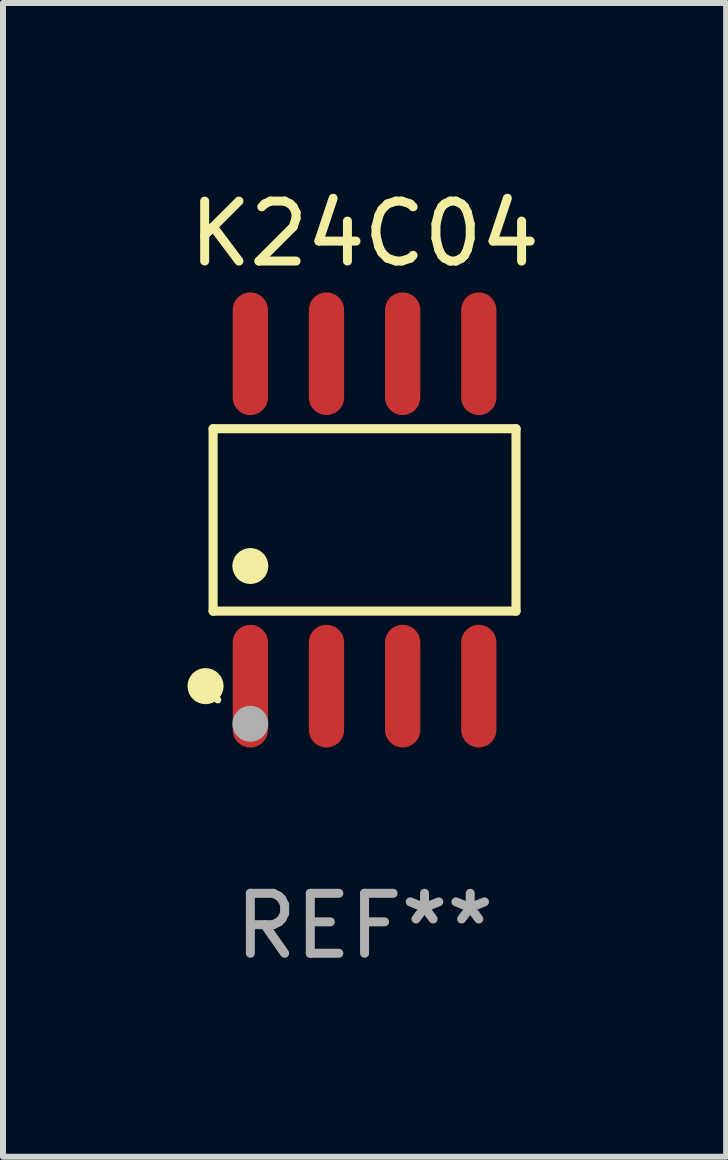
<source format=kicad_pcb>
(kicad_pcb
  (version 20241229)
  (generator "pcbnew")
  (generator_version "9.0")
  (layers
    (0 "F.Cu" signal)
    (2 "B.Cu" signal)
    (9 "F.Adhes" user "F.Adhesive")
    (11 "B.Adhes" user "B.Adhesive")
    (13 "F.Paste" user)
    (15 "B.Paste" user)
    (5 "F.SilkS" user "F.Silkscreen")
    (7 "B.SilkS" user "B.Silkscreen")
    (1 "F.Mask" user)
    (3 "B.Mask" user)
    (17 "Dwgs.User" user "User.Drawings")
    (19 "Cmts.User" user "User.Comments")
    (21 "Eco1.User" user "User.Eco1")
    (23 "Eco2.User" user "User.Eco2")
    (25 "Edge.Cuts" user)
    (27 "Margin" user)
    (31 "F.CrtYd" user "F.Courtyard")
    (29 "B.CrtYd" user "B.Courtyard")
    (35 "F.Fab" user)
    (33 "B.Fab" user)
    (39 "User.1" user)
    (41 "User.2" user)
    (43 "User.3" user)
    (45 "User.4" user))
  (footprint "K24C04"
    (layer "F.Cu")
    (at 3.03 5.621)
    (property "Reference" "K24C04" (at 0 -4.772 0) (layer "F.SilkS") (effects (font (size 1 1) (thickness 0.15))))
    (attr through_hole)
    (fp_line (start -2.526 -1.521) (end 2.526 -1.521) (stroke (width 0.152) (type solid)) (layer "F.SilkS"))
    (fp_line (start -2.526 1.521) (end -2.526 -1.521) (stroke (width 0.152) (type solid)) (layer "F.SilkS"))
    (fp_line (start 2.526 -1.521) (end 2.526 1.521) (stroke (width 0.152) (type solid)) (layer "F.SilkS"))
    (fp_line (start 2.526 1.521) (end -2.526 1.521) (stroke (width 0.152) (type solid)) (layer "F.SilkS"))
    (fp_circle (center -2.652 2.772) (end -2.501 2.772) (stroke (width 0.3) (type solid)) (fill no) (layer "F.SilkS"))
    (fp_circle (center -2.45 3) (end -2.42 3) (stroke (width 0.06) (type solid)) (fill no) (layer "F.SilkS"))
    (fp_circle (center -1.905 0.769) (end -1.755 0.769) (stroke (width 0.3) (type solid)) (fill no) (layer "F.SilkS"))
    (fp_circle (center -1.905 3.4) (end -1.755 3.4) (stroke (width 0.3) (type solid)) (fill no) (layer "F.Fab"))
    (fp_text user "REF**" (at 0 6.772 0) (layer "F.Fab") (effects (font (size 1 1) (thickness 0.15))))
    (pad "1" smd oval (at -1.905 2.772) (size 0.588 2.045) (layers "F.Cu" "F.Mask" "F.Paste"))
    (pad "2" smd oval (at -0.635 2.772) (size 0.588 2.045) (layers "F.Cu" "F.Mask" "F.Paste"))
    (pad "3" smd oval (at 0.635 2.772) (size 0.588 2.045) (layers "F.Cu" "F.Mask" "F.Paste"))
    (pad "4" smd oval (at 1.905 2.772) (size 0.588 2.045) (layers "F.Cu" "F.Mask" "F.Paste"))
    (pad "5" smd oval (at 1.905 -2.772) (size 0.588 2.045) (layers "F.Cu" "F.Mask" "F.Paste"))
    (pad "6" smd oval (at 0.635 -2.772) (size 0.588 2.045) (layers "F.Cu" "F.Mask" "F.Paste"))
    (pad "7" smd oval (at -0.635 -2.772) (size 0.588 2.045) (layers "F.Cu" "F.Mask" "F.Paste"))
    (pad "8" smd oval (at -1.905 -2.772) (size 0.588 2.045) (layers "F.Cu" "F.Mask" "F.Paste")))
  (gr_rect
    (start -3 -3)
    (end 9.06 16.241)
    (stroke (width 0.1) (type default))
    (fill no)
    (layer "Edge.Cuts")))
</source>
